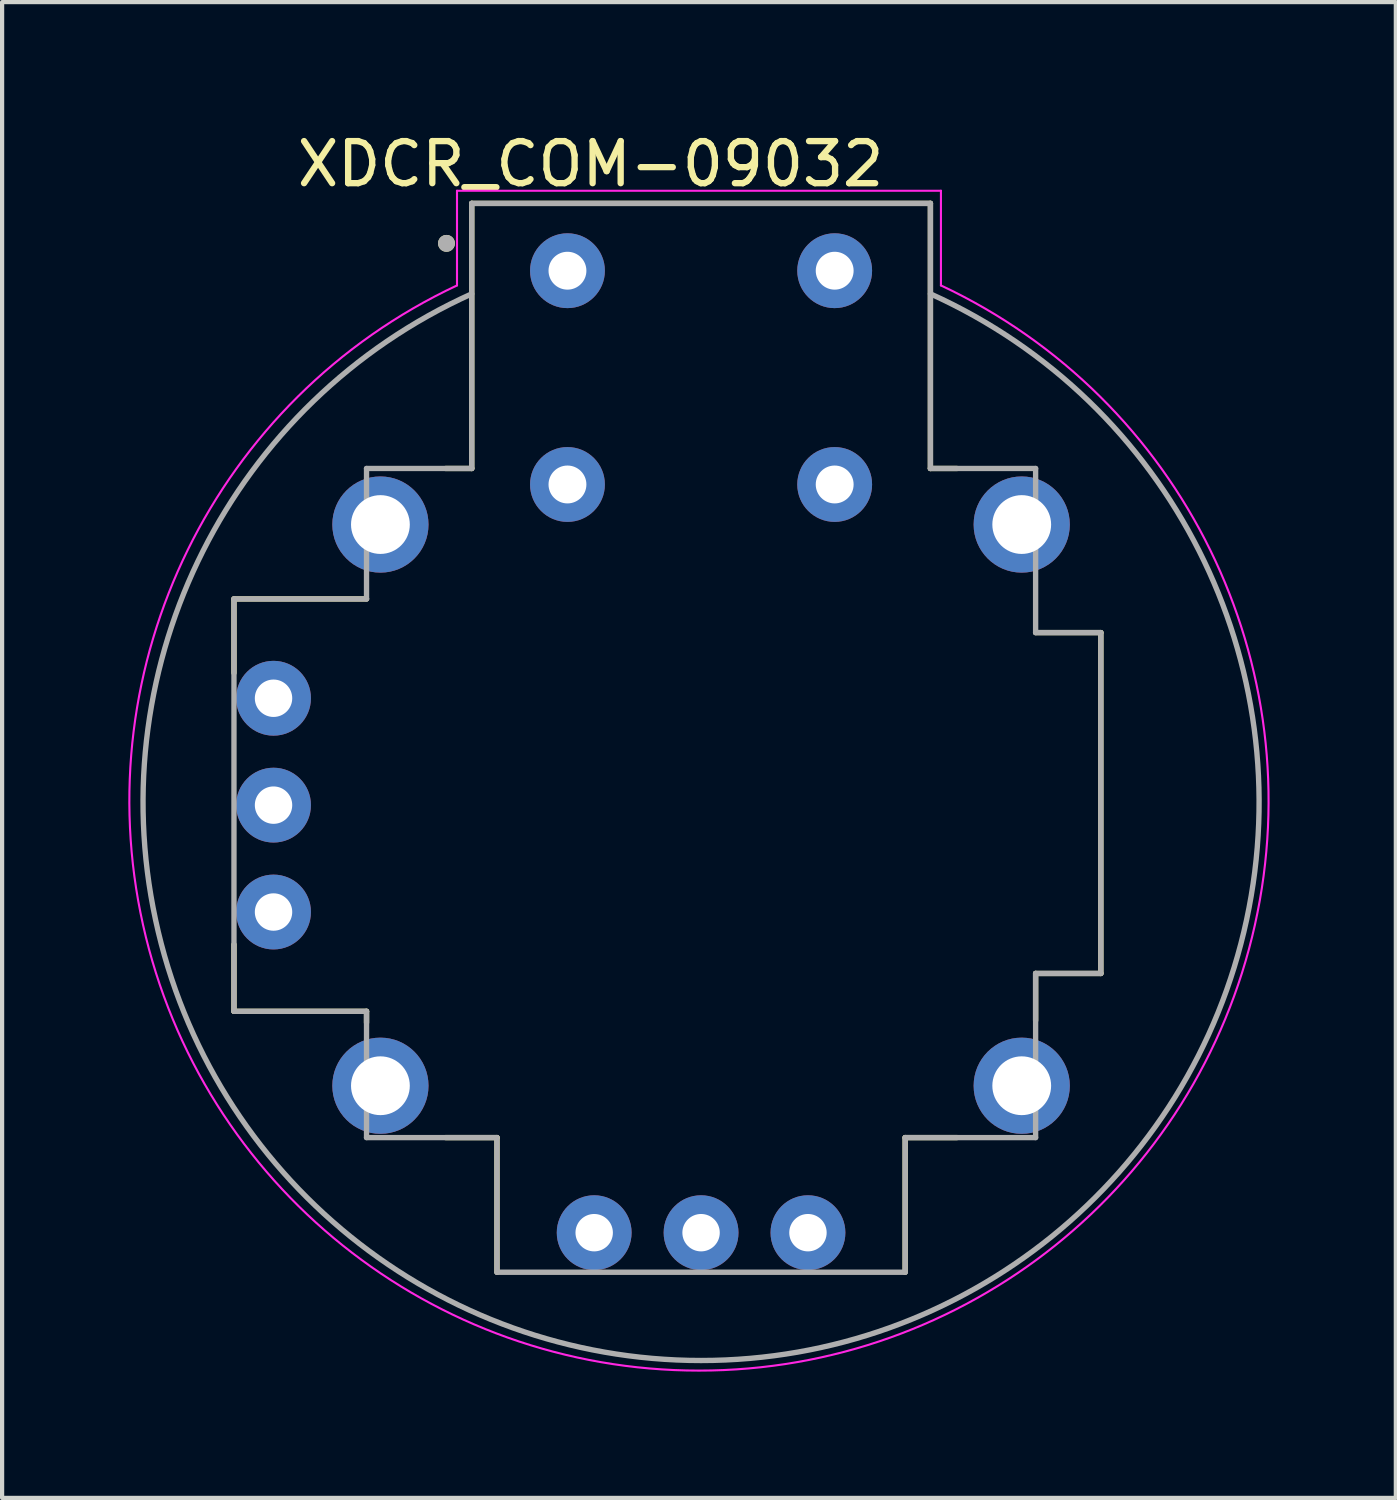
<source format=kicad_pcb>
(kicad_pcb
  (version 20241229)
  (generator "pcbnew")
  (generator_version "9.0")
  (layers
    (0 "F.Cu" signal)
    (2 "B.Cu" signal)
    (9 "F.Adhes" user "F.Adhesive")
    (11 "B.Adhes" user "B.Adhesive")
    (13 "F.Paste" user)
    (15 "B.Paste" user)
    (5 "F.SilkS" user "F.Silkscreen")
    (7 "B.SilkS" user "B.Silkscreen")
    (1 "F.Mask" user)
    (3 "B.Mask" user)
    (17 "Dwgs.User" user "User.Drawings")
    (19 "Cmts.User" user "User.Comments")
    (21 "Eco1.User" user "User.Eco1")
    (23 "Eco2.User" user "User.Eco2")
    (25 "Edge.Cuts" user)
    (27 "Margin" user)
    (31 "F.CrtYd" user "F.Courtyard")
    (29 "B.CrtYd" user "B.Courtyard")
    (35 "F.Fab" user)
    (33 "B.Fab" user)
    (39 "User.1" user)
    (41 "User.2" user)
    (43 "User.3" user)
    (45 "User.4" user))
  (footprint "XDCR_COM-09032"
    (layer "F.Cu")
    (at 13.61 16.083)
    (property "Reference" "XDCR_COM-09032" (at -2.625 -15.235 0) (layer "F.SilkS") (effects (font (size 1 1) (thickness 0.15))))
    (attr through_hole)
    (fp_line (start -11.1 -4.9) (end -11.1 -3.14) (stroke (width 0.127) (type default)) (layer "F.SilkS"))
    (fp_line (start -11.1 -4.9) (end -7.95 -4.9) (stroke (width 0.127) (type solid)) (layer "F.SilkS"))
    (fp_line (start -11.1 4.9) (end -11.1 3.31) (stroke (width 0.127) (type default)) (layer "F.SilkS"))
    (fp_line (start -7.95 4.9) (end -11.1 4.9) (stroke (width 0.127) (type solid)) (layer "F.SilkS"))
    (fp_line (start -7.95 5.17) (end -7.95 4.9) (stroke (width 0.127) (type solid)) (layer "F.SilkS"))
    (fp_line (start -6.07 -8) (end -5.45 -8) (stroke (width 0.127) (type solid)) (layer "F.SilkS"))
    (fp_line (start -5.45 -14.3) (end 5.45 -14.3) (stroke (width 0.127) (type solid)) (layer "F.SilkS"))
    (fp_line (start -5.45 -8) (end -5.45 -14.3) (stroke (width 0.127) (type solid)) (layer "F.SilkS"))
    (fp_line (start -4.85 7.9) (end -6.07 7.9) (stroke (width 0.127) (type solid)) (layer "F.SilkS"))
    (fp_line (start -4.85 11.1) (end -4.85 7.9) (stroke (width 0.127) (type solid)) (layer "F.SilkS"))
    (fp_line (start 4.85 7.9) (end 4.85 11.1) (stroke (width 0.127) (type solid)) (layer "F.SilkS"))
    (fp_line (start 5.45 -14.3) (end 5.45 -8) (stroke (width 0.127) (type solid)) (layer "F.SilkS"))
    (fp_line (start 5.45 -8) (end 6.08 -8) (stroke (width 0.127) (type solid)) (layer "F.SilkS"))
    (fp_line (start 6.08 7.9) (end 4.85 7.9) (stroke (width 0.127) (type solid)) (layer "F.SilkS"))
    (fp_line (start 7.95 -4.1) (end 9.5 -4.1) (stroke (width 0.127) (type solid)) (layer "F.SilkS"))
    (fp_line (start 7.95 4) (end 7.95 5.12) (stroke (width 0.127) (type solid)) (layer "F.SilkS"))
    (fp_line (start 9.5 -4.1) (end 9.5 4) (stroke (width 0.127) (type solid)) (layer "F.SilkS"))
    (fp_line (start 9.5 4) (end 7.95 4) (stroke (width 0.127) (type solid)) (layer "F.SilkS"))
    (fp_circle (center -6.05 -13.35) (end -5.95 -13.35) (stroke (width 0.2) (type solid)) (fill no) (layer "F.SilkS"))
    (fp_line (start -5.8 -14.6) (end 5.7 -14.6) (stroke (width 0.05) (type solid)) (layer "F.CrtYd"))
    (fp_line (start -5.8 -12.35) (end -5.8 -14.6) (stroke (width 0.05) (type solid)) (layer "F.CrtYd"))
    (fp_line (start 5.7 -14.6) (end 5.7 -12.35) (stroke (width 0.05) (type solid)) (layer "F.CrtYd"))
    (fp_arc (start 5.7 -12.35) (mid -0.05 13.437438) (end -5.8 -12.35) (stroke (width 0.05) (type solid)) (layer "F.CrtYd"))
    (fp_line (start -11.1 -4.9) (end -11.1 4.9) (stroke (width 0.127) (type solid)) (layer "F.Fab"))
    (fp_line (start -7.95 -4.9) (end -11.1 -4.9) (stroke (width 0.127) (type solid)) (layer "F.Fab"))
    (fp_line (start -7.95 -4.9) (end -7.95 -8) (stroke (width 0.127) (type solid)) (layer "F.Fab"))
    (fp_line (start -7.95 4.9) (end -11.1 4.9) (stroke (width 0.127) (type solid)) (layer "F.Fab"))
    (fp_line (start -7.95 4.9) (end -7.95 7.9) (stroke (width 0.127) (type solid)) (layer "F.Fab"))
    (fp_line (start -5.45 -14.3) (end -5.45 -8) (stroke (width 0.127) (type solid)) (layer "F.Fab"))
    (fp_line (start -5.45 -8) (end -7.95 -8) (stroke (width 0.127) (type solid)) (layer "F.Fab"))
    (fp_line (start -4.85 7.9) (end -7.95 7.9) (stroke (width 0.127) (type solid)) (layer "F.Fab"))
    (fp_line (start -4.85 11.1) (end -4.85 7.9) (stroke (width 0.127) (type solid)) (layer "F.Fab"))
    (fp_line (start 4.85 7.9) (end 7.95 7.9) (stroke (width 0.127) (type solid)) (layer "F.Fab"))
    (fp_line (start 4.85 11.1) (end -4.85 11.1) (stroke (width 0.127) (type solid)) (layer "F.Fab"))
    (fp_line (start 4.85 11.1) (end 4.85 7.9) (stroke (width 0.127) (type solid)) (layer "F.Fab"))
    (fp_line (start 5.45 -14.3) (end -5.45 -14.3) (stroke (width 0.127) (type solid)) (layer "F.Fab"))
    (fp_line (start 5.45 -14.3) (end 5.45 -8) (stroke (width 0.127) (type solid)) (layer "F.Fab"))
    (fp_line (start 7.95 -8) (end 5.45 -8) (stroke (width 0.127) (type solid)) (layer "F.Fab"))
    (fp_line (start 7.95 -4.1) (end 7.95 -8) (stroke (width 0.127) (type solid)) (layer "F.Fab"))
    (fp_line (start 7.95 -4.1) (end 9.5 -4.1) (stroke (width 0.127) (type solid)) (layer "F.Fab"))
    (fp_line (start 7.95 4) (end 7.95 7.9) (stroke (width 0.127) (type solid)) (layer "F.Fab"))
    (fp_line (start 7.95 4) (end 9.5 4) (stroke (width 0.127) (type solid)) (layer "F.Fab"))
    (fp_line (start 9.5 -4.1) (end 9.5 4) (stroke (width 0.127) (type solid)) (layer "F.Fab"))
    (fp_arc (start 5.45 -12.15) (mid 0 13.197504) (end -5.45 -12.15) (stroke (width 0.127) (type solid)) (layer "F.Fab"))
    (fp_circle (center -6.05 -13.35) (end -5.95 -13.35) (stroke (width 0.2) (type solid)) (fill no) (layer "F.Fab"))
    (pad "B1A" thru_hole circle (at -3.175 -12.7) (size 1.778 1.778) (drill 0.9) (layers "*.Cu" "*.Mask"))
    (pad "B1B" thru_hole circle (at 3.175 -12.7) (size 1.778 1.778) (drill 0.9) (layers "*.Cu" "*.Mask"))
    (pad "B2A" thru_hole circle (at -3.175 -7.62) (size 1.778 1.778) (drill 0.9) (layers "*.Cu" "*.Mask"))
    (pad "B2B" thru_hole circle (at 3.175 -7.62) (size 1.778 1.778) (drill 0.9) (layers "*.Cu" "*.Mask"))
    (pad "H1" thru_hole circle (at -2.54 10.16) (size 1.778 1.778) (drill 0.889) (layers "*.Cu" "*.Mask"))
    (pad "H2" thru_hole circle (at 0 10.16) (size 1.778 1.778) (drill 0.889) (layers "*.Cu" "*.Mask"))
    (pad "H3" thru_hole circle (at 2.54 10.16) (size 1.778 1.778) (drill 0.889) (layers "*.Cu" "*.Mask"))
    (pad "S1" thru_hole circle (at -7.62 -6.668) (size 2.286 2.286) (drill 1.397) (layers "*.Cu" "*.Mask"))
    (pad "S2" thru_hole circle (at -7.62 6.668) (size 2.286 2.286) (drill 1.397) (layers "*.Cu" "*.Mask"))
    (pad "S3" thru_hole circle (at 7.62 6.668) (size 2.286 2.286) (drill 1.397) (layers "*.Cu" "*.Mask"))
    (pad "S4" thru_hole circle (at 7.62 -6.668) (size 2.286 2.286) (drill 1.397) (layers "*.Cu" "*.Mask"))
    (pad "V1" thru_hole circle (at -10.16 -2.54) (size 1.778 1.778) (drill 0.889) (layers "*.Cu" "*.Mask"))
    (pad "V2" thru_hole circle (at -10.16 0) (size 1.778 1.778) (drill 0.889) (layers "*.Cu" "*.Mask"))
    (pad "V3" thru_hole circle (at -10.16 2.54) (size 1.778 1.778) (drill 0.889) (layers "*.Cu" "*.Mask")))
  (gr_rect
    (start -3 -3)
    (end 30.12 32.546)
    (stroke (width 0.1) (type default))
    (fill no)
    (layer "Edge.Cuts")))
</source>
